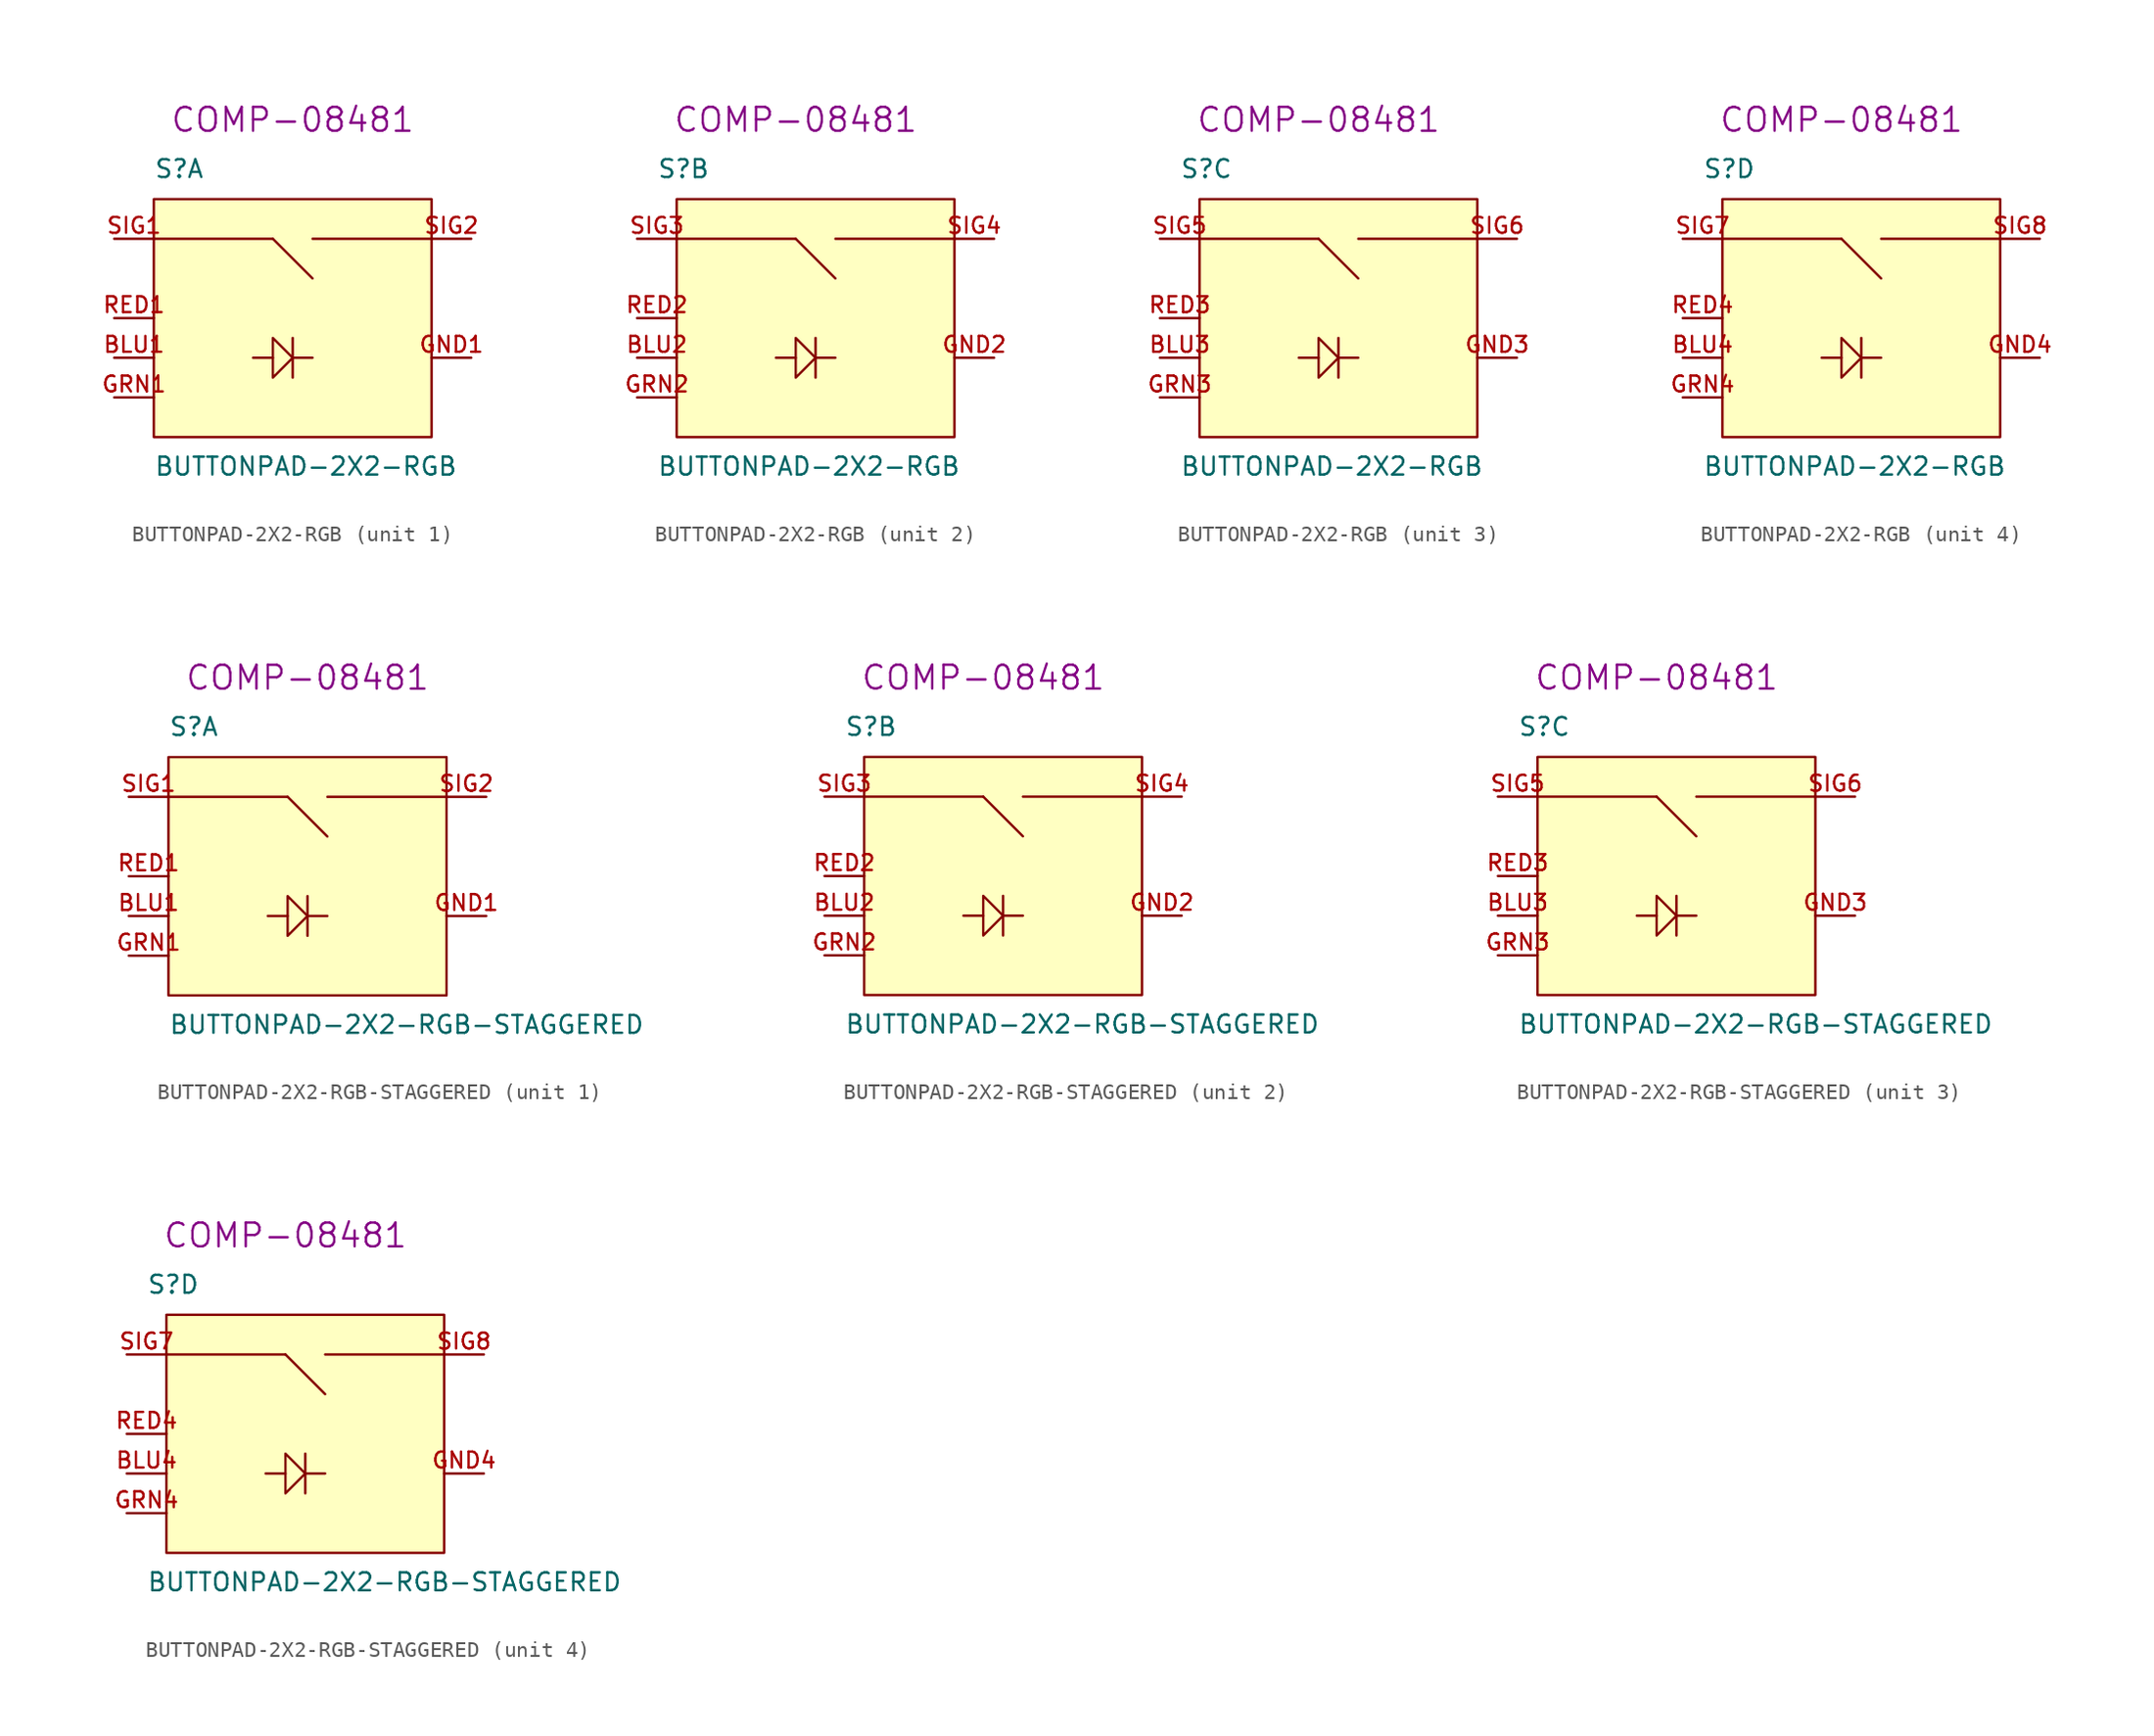
<source format=kicad_sym>
(kicad_symbol_lib
  (version 20220914)
  (generator kicad_symbol_editor)
  (symbol "BUTTONPAD-2X2-RGB"
    (pin_names
      (offset 1.016) hide)
    (property "Reference" "S"
      (at -8.89 8.89 0)
      (effects (font (size 1.143 1.143)) (justify left bottom)))
    (property "Value" "BUTTONPAD-2X2-RGB"
      (at -8.89 -10.16 0)
      (effects (font (size 1.143 1.143)) (justify left bottom)))
    (property "Field4" "COMP-08481"
      (at 0 12.7 0)
      (effects (font (size 1.524 1.524))))
    (property "ki_locked" ""
      (at 0 0 0)
      (effects (font (size 1.27 1.27))))
    (symbol "BUTTONPAD-2X2-RGB_1_0"
      (polyline (pts (xy -8.89 5.08) (xy -1.27 5.08)) (stroke (width 0) (type solid)) (fill (type none)))
      (polyline (pts (xy -1.27 -2.54) (xy -2.54 -2.54)) (stroke (width 0) (type solid)) (fill (type none)))
      (polyline (pts (xy -1.27 5.08) (xy 1.27 2.54)) (stroke (width 0) (type solid)) (fill (type none)))
      (polyline (pts (xy 0 -2.54) (xy 0 -3.81)) (stroke (width 0) (type solid)) (fill (type none)))
      (polyline (pts (xy 0 -2.54) (xy 1.27 -2.54)) (stroke (width 0) (type solid)) (fill (type none)))
      (polyline (pts (xy 0 -1.27) (xy 0 -2.54)) (stroke (width 0) (type solid)) (fill (type none)))
      (polyline (pts (xy 1.27 5.08) (xy 8.89 5.08)) (stroke (width 0) (type solid)) (fill (type none))))
    (symbol "BUTTONPAD-2X2-RGB_1_1"
      (polyline (pts (xy -1.27 -1.27) (xy -1.27 -2.54) (xy -1.27 -3.81) (xy 0 -2.54) (xy -1.27 -1.27)) (stroke (width 0) (type solid)) (fill (type background)))
      (polyline (pts (xy 8.89 7.62) (xy 8.89 5.08) (xy 8.89 -7.62) (xy -8.89 -7.62) (xy -8.89 5.08) (xy -8.89 7.62) (xy 8.89 7.62)) (stroke (width 0) (type solid)) (fill (type background)))
      (pin bidirectional line (at -11.43 -2.54 0) (length 2.54) (name "BLU" (effects (font (size 1.016 1.016)))) (number "BLU1" (effects (font (size 1.016 1.016)))))
      (pin bidirectional line (at 11.43 -2.54 180) (length 2.54) (name "GND" (effects (font (size 1.016 1.016)))) (number "GND1" (effects (font (size 1.016 1.016)))))
      (pin bidirectional line (at -11.43 -5.08 0) (length 2.54) (name "GRN" (effects (font (size 1.016 1.016)))) (number "GRN1" (effects (font (size 1.016 1.016)))))
      (pin bidirectional line (at -11.43 0 0) (length 2.54) (name "RED" (effects (font (size 1.016 1.016)))) (number "RED1" (effects (font (size 1.016 1.016)))))
      (pin bidirectional line (at -11.43 5.08 0) (length 2.54) (name "SIG1" (effects (font (size 1.016 1.016)))) (number "SIG1" (effects (font (size 1.016 1.016)))))
      (pin bidirectional line (at 11.43 5.08 180) (length 2.54) (name "SIG2" (effects (font (size 1.016 1.016)))) (number "SIG2" (effects (font (size 1.016 1.016))))))
    (symbol "BUTTONPAD-2X2-RGB_2_0"
      (polyline (pts (xy -7.62 5.08) (xy 0 5.08)) (stroke (width 0) (type solid)) (fill (type none)))
      (polyline (pts (xy 0 -2.54) (xy -1.27 -2.54)) (stroke (width 0) (type solid)) (fill (type none)))
      (polyline (pts (xy 0 5.08) (xy 2.54 2.54)) (stroke (width 0) (type solid)) (fill (type none)))
      (polyline (pts (xy 1.27 -2.54) (xy 1.27 -3.81)) (stroke (width 0) (type solid)) (fill (type none)))
      (polyline (pts (xy 1.27 -2.54) (xy 2.54 -2.54)) (stroke (width 0) (type solid)) (fill (type none)))
      (polyline (pts (xy 1.27 -1.27) (xy 1.27 -2.54)) (stroke (width 0) (type solid)) (fill (type none)))
      (polyline (pts (xy 2.54 5.08) (xy 10.16 5.08)) (stroke (width 0) (type solid)) (fill (type none))))
    (symbol "BUTTONPAD-2X2-RGB_2_1"
      (polyline (pts (xy 0 -1.27) (xy 0 -2.54) (xy 0 -3.81) (xy 1.27 -2.54) (xy 0 -1.27)) (stroke (width 0) (type solid)) (fill (type background)))
      (polyline (pts (xy 10.16 7.62) (xy 10.16 5.08) (xy 10.16 -7.62) (xy -7.62 -7.62) (xy -7.62 5.08) (xy -7.62 7.62) (xy 10.16 7.62)) (stroke (width 0) (type solid)) (fill (type background)))
      (pin bidirectional line (at -10.16 -2.54 0) (length 2.54) (name "BLU" (effects (font (size 1.016 1.016)))) (number "BLU2" (effects (font (size 1.016 1.016)))))
      (pin bidirectional line (at 12.7 -2.54 180) (length 2.54) (name "GND" (effects (font (size 1.016 1.016)))) (number "GND2" (effects (font (size 1.016 1.016)))))
      (pin bidirectional line (at -10.16 -5.08 0) (length 2.54) (name "GRN" (effects (font (size 1.016 1.016)))) (number "GRN2" (effects (font (size 1.016 1.016)))))
      (pin bidirectional line (at -10.16 0 0) (length 2.54) (name "RED" (effects (font (size 1.016 1.016)))) (number "RED2" (effects (font (size 1.016 1.016)))))
      (pin bidirectional line (at -10.16 5.08 0) (length 2.54) (name "SIG1" (effects (font (size 1.016 1.016)))) (number "SIG3" (effects (font (size 1.016 1.016)))))
      (pin bidirectional line (at 12.7 5.08 180) (length 2.54) (name "SIG2" (effects (font (size 1.016 1.016)))) (number "SIG4" (effects (font (size 1.016 1.016))))))
    (symbol "BUTTONPAD-2X2-RGB_3_0"
      (polyline (pts (xy -7.62 5.08) (xy 0 5.08)) (stroke (width 0) (type solid)) (fill (type none)))
      (polyline (pts (xy 0 -2.54) (xy -1.27 -2.54)) (stroke (width 0) (type solid)) (fill (type none)))
      (polyline (pts (xy 0 5.08) (xy 2.54 2.54)) (stroke (width 0) (type solid)) (fill (type none)))
      (polyline (pts (xy 1.27 -2.54) (xy 1.27 -3.81)) (stroke (width 0) (type solid)) (fill (type none)))
      (polyline (pts (xy 1.27 -2.54) (xy 2.54 -2.54)) (stroke (width 0) (type solid)) (fill (type none)))
      (polyline (pts (xy 1.27 -1.27) (xy 1.27 -2.54)) (stroke (width 0) (type solid)) (fill (type none)))
      (polyline (pts (xy 2.54 5.08) (xy 10.16 5.08)) (stroke (width 0) (type solid)) (fill (type none))))
    (symbol "BUTTONPAD-2X2-RGB_3_1"
      (polyline (pts (xy 0 -1.27) (xy 0 -2.54) (xy 0 -3.81) (xy 1.27 -2.54) (xy 0 -1.27)) (stroke (width 0) (type solid)) (fill (type background)))
      (polyline (pts (xy 10.16 7.62) (xy 10.16 5.08) (xy 10.16 -7.62) (xy -7.62 -7.62) (xy -7.62 5.08) (xy -7.62 7.62) (xy 10.16 7.62)) (stroke (width 0) (type solid)) (fill (type background)))
      (pin bidirectional line (at -10.16 -2.54 0) (length 2.54) (name "BLU" (effects (font (size 1.016 1.016)))) (number "BLU3" (effects (font (size 1.016 1.016)))))
      (pin bidirectional line (at 12.7 -2.54 180) (length 2.54) (name "GND" (effects (font (size 1.016 1.016)))) (number "GND3" (effects (font (size 1.016 1.016)))))
      (pin bidirectional line (at -10.16 -5.08 0) (length 2.54) (name "GRN" (effects (font (size 1.016 1.016)))) (number "GRN3" (effects (font (size 1.016 1.016)))))
      (pin bidirectional line (at -10.16 0 0) (length 2.54) (name "RED" (effects (font (size 1.016 1.016)))) (number "RED3" (effects (font (size 1.016 1.016)))))
      (pin bidirectional line (at -10.16 5.08 0) (length 2.54) (name "SIG1" (effects (font (size 1.016 1.016)))) (number "SIG5" (effects (font (size 1.016 1.016)))))
      (pin bidirectional line (at 12.7 5.08 180) (length 2.54) (name "SIG2" (effects (font (size 1.016 1.016)))) (number "SIG6" (effects (font (size 1.016 1.016))))))
    (symbol "BUTTONPAD-2X2-RGB_4_0"
      (polyline (pts (xy -7.62 5.08) (xy 0 5.08)) (stroke (width 0) (type solid)) (fill (type none)))
      (polyline (pts (xy 0 -2.54) (xy -1.27 -2.54)) (stroke (width 0) (type solid)) (fill (type none)))
      (polyline (pts (xy 0 5.08) (xy 2.54 2.54)) (stroke (width 0) (type solid)) (fill (type none)))
      (polyline (pts (xy 1.27 -2.54) (xy 1.27 -3.81)) (stroke (width 0) (type solid)) (fill (type none)))
      (polyline (pts (xy 1.27 -2.54) (xy 2.54 -2.54)) (stroke (width 0) (type solid)) (fill (type none)))
      (polyline (pts (xy 1.27 -1.27) (xy 1.27 -2.54)) (stroke (width 0) (type solid)) (fill (type none)))
      (polyline (pts (xy 2.54 5.08) (xy 10.16 5.08)) (stroke (width 0) (type solid)) (fill (type none))))
    (symbol "BUTTONPAD-2X2-RGB_4_1"
      (polyline (pts (xy 0 -1.27) (xy 0 -2.54) (xy 0 -3.81) (xy 1.27 -2.54) (xy 0 -1.27)) (stroke (width 0) (type solid)) (fill (type background)))
      (polyline (pts (xy 10.16 7.62) (xy 10.16 5.08) (xy 10.16 -7.62) (xy -7.62 -7.62) (xy -7.62 5.08) (xy -7.62 7.62) (xy 10.16 7.62)) (stroke (width 0) (type solid)) (fill (type background)))
      (pin bidirectional line (at -10.16 -2.54 0) (length 2.54) (name "BLU" (effects (font (size 1.016 1.016)))) (number "BLU4" (effects (font (size 1.016 1.016)))))
      (pin bidirectional line (at 12.7 -2.54 180) (length 2.54) (name "GND" (effects (font (size 1.016 1.016)))) (number "GND4" (effects (font (size 1.016 1.016)))))
      (pin bidirectional line (at -10.16 -5.08 0) (length 2.54) (name "GRN" (effects (font (size 1.016 1.016)))) (number "GRN4" (effects (font (size 1.016 1.016)))))
      (pin bidirectional line (at -10.16 0 0) (length 2.54) (name "RED" (effects (font (size 1.016 1.016)))) (number "RED4" (effects (font (size 1.016 1.016)))))
      (pin bidirectional line (at -10.16 5.08 0) (length 2.54) (name "SIG1" (effects (font (size 1.016 1.016)))) (number "SIG7" (effects (font (size 1.016 1.016)))))
      (pin bidirectional line (at 12.7 5.08 180) (length 2.54) (name "SIG2" (effects (font (size 1.016 1.016)))) (number "SIG8" (effects (font (size 1.016 1.016)))))))
  (symbol "BUTTONPAD-2X2-RGB-STAGGERED"
    (pin_names
      (offset 1.016) hide)
    (property "Reference" "S"
      (at -8.89 8.89 0)
      (effects (font (size 1.143 1.143)) (justify left bottom)))
    (property "Value" "BUTTONPAD-2X2-RGB-STAGGERED"
      (at -8.89 -10.16 0)
      (effects (font (size 1.143 1.143)) (justify left bottom)))
    (property "Field4" "COMP-08481"
      (at 0 12.7 0)
      (effects (font (size 1.524 1.524))))
    (property "ki_locked" ""
      (at 0 0 0)
      (effects (font (size 1.27 1.27))))
    (symbol "BUTTONPAD-2X2-RGB-STAGGERED_1_0"
      (polyline (pts (xy -8.89 5.08) (xy -1.27 5.08)) (stroke (width 0) (type solid)) (fill (type none)))
      (polyline (pts (xy -1.27 -2.54) (xy -2.54 -2.54)) (stroke (width 0) (type solid)) (fill (type none)))
      (polyline (pts (xy -1.27 5.08) (xy 1.27 2.54)) (stroke (width 0) (type solid)) (fill (type none)))
      (polyline (pts (xy 0 -2.54) (xy 0 -3.81)) (stroke (width 0) (type solid)) (fill (type none)))
      (polyline (pts (xy 0 -2.54) (xy 1.27 -2.54)) (stroke (width 0) (type solid)) (fill (type none)))
      (polyline (pts (xy 0 -1.27) (xy 0 -2.54)) (stroke (width 0) (type solid)) (fill (type none)))
      (polyline (pts (xy 1.27 5.08) (xy 8.89 5.08)) (stroke (width 0) (type solid)) (fill (type none))))
    (symbol "BUTTONPAD-2X2-RGB-STAGGERED_1_1"
      (polyline (pts (xy -1.27 -1.27) (xy -1.27 -2.54) (xy -1.27 -3.81) (xy 0 -2.54) (xy -1.27 -1.27)) (stroke (width 0) (type solid)) (fill (type background)))
      (polyline (pts (xy 8.89 7.62) (xy 8.89 5.08) (xy 8.89 -7.62) (xy -8.89 -7.62) (xy -8.89 5.08) (xy -8.89 7.62) (xy 8.89 7.62)) (stroke (width 0) (type solid)) (fill (type background)))
      (pin bidirectional line (at -11.43 -2.54 0) (length 2.54) (name "BLU" (effects (font (size 1.016 1.016)))) (number "BLU1" (effects (font (size 1.016 1.016)))))
      (pin bidirectional line (at 11.43 -2.54 180) (length 2.54) (name "GND" (effects (font (size 1.016 1.016)))) (number "GND1" (effects (font (size 1.016 1.016)))))
      (pin bidirectional line (at -11.43 -5.08 0) (length 2.54) (name "GRN" (effects (font (size 1.016 1.016)))) (number "GRN1" (effects (font (size 1.016 1.016)))))
      (pin bidirectional line (at -11.43 0 0) (length 2.54) (name "RED" (effects (font (size 1.016 1.016)))) (number "RED1" (effects (font (size 1.016 1.016)))))
      (pin bidirectional line (at -11.43 5.08 0) (length 2.54) (name "SIG1" (effects (font (size 1.016 1.016)))) (number "SIG1" (effects (font (size 1.016 1.016)))))
      (pin bidirectional line (at 11.43 5.08 180) (length 2.54) (name "SIG2" (effects (font (size 1.016 1.016)))) (number "SIG2" (effects (font (size 1.016 1.016))))))
    (symbol "BUTTONPAD-2X2-RGB-STAGGERED_2_0"
      (polyline (pts (xy -7.62 5.08) (xy 0 5.08)) (stroke (width 0) (type solid)) (fill (type none)))
      (polyline (pts (xy 0 -2.54) (xy -1.27 -2.54)) (stroke (width 0) (type solid)) (fill (type none)))
      (polyline (pts (xy 0 5.08) (xy 2.54 2.54)) (stroke (width 0) (type solid)) (fill (type none)))
      (polyline (pts (xy 1.27 -2.54) (xy 1.27 -3.81)) (stroke (width 0) (type solid)) (fill (type none)))
      (polyline (pts (xy 1.27 -2.54) (xy 2.54 -2.54)) (stroke (width 0) (type solid)) (fill (type none)))
      (polyline (pts (xy 1.27 -1.27) (xy 1.27 -2.54)) (stroke (width 0) (type solid)) (fill (type none)))
      (polyline (pts (xy 2.54 5.08) (xy 10.16 5.08)) (stroke (width 0) (type solid)) (fill (type none))))
    (symbol "BUTTONPAD-2X2-RGB-STAGGERED_2_1"
      (polyline (pts (xy 0 -1.27) (xy 0 -2.54) (xy 0 -3.81) (xy 1.27 -2.54) (xy 0 -1.27)) (stroke (width 0) (type solid)) (fill (type background)))
      (polyline (pts (xy 10.16 7.62) (xy 10.16 5.08) (xy 10.16 -7.62) (xy -7.62 -7.62) (xy -7.62 5.08) (xy -7.62 7.62) (xy 10.16 7.62)) (stroke (width 0) (type solid)) (fill (type background)))
      (pin bidirectional line (at -10.16 -2.54 0) (length 2.54) (name "BLU" (effects (font (size 1.016 1.016)))) (number "BLU2" (effects (font (size 1.016 1.016)))))
      (pin bidirectional line (at 12.7 -2.54 180) (length 2.54) (name "GND" (effects (font (size 1.016 1.016)))) (number "GND2" (effects (font (size 1.016 1.016)))))
      (pin bidirectional line (at -10.16 -5.08 0) (length 2.54) (name "GRN" (effects (font (size 1.016 1.016)))) (number "GRN2" (effects (font (size 1.016 1.016)))))
      (pin bidirectional line (at -10.16 0 0) (length 2.54) (name "RED" (effects (font (size 1.016 1.016)))) (number "RED2" (effects (font (size 1.016 1.016)))))
      (pin bidirectional line (at -10.16 5.08 0) (length 2.54) (name "SIG1" (effects (font (size 1.016 1.016)))) (number "SIG3" (effects (font (size 1.016 1.016)))))
      (pin bidirectional line (at 12.7 5.08 180) (length 2.54) (name "SIG2" (effects (font (size 1.016 1.016)))) (number "SIG4" (effects (font (size 1.016 1.016))))))
    (symbol "BUTTONPAD-2X2-RGB-STAGGERED_3_0"
      (polyline (pts (xy -7.62 5.08) (xy 0 5.08)) (stroke (width 0) (type solid)) (fill (type none)))
      (polyline (pts (xy 0 -2.54) (xy -1.27 -2.54)) (stroke (width 0) (type solid)) (fill (type none)))
      (polyline (pts (xy 0 5.08) (xy 2.54 2.54)) (stroke (width 0) (type solid)) (fill (type none)))
      (polyline (pts (xy 1.27 -2.54) (xy 1.27 -3.81)) (stroke (width 0) (type solid)) (fill (type none)))
      (polyline (pts (xy 1.27 -2.54) (xy 2.54 -2.54)) (stroke (width 0) (type solid)) (fill (type none)))
      (polyline (pts (xy 1.27 -1.27) (xy 1.27 -2.54)) (stroke (width 0) (type solid)) (fill (type none)))
      (polyline (pts (xy 2.54 5.08) (xy 10.16 5.08)) (stroke (width 0) (type solid)) (fill (type none))))
    (symbol "BUTTONPAD-2X2-RGB-STAGGERED_3_1"
      (polyline (pts (xy 0 -1.27) (xy 0 -2.54) (xy 0 -3.81) (xy 1.27 -2.54) (xy 0 -1.27)) (stroke (width 0) (type solid)) (fill (type background)))
      (polyline (pts (xy 10.16 7.62) (xy 10.16 5.08) (xy 10.16 -7.62) (xy -7.62 -7.62) (xy -7.62 5.08) (xy -7.62 7.62) (xy 10.16 7.62)) (stroke (width 0) (type solid)) (fill (type background)))
      (pin bidirectional line (at -10.16 -2.54 0) (length 2.54) (name "BLU" (effects (font (size 1.016 1.016)))) (number "BLU3" (effects (font (size 1.016 1.016)))))
      (pin bidirectional line (at 12.7 -2.54 180) (length 2.54) (name "GND" (effects (font (size 1.016 1.016)))) (number "GND3" (effects (font (size 1.016 1.016)))))
      (pin bidirectional line (at -10.16 -5.08 0) (length 2.54) (name "GRN" (effects (font (size 1.016 1.016)))) (number "GRN3" (effects (font (size 1.016 1.016)))))
      (pin bidirectional line (at -10.16 0 0) (length 2.54) (name "RED" (effects (font (size 1.016 1.016)))) (number "RED3" (effects (font (size 1.016 1.016)))))
      (pin bidirectional line (at -10.16 5.08 0) (length 2.54) (name "SIG1" (effects (font (size 1.016 1.016)))) (number "SIG5" (effects (font (size 1.016 1.016)))))
      (pin bidirectional line (at 12.7 5.08 180) (length 2.54) (name "SIG2" (effects (font (size 1.016 1.016)))) (number "SIG6" (effects (font (size 1.016 1.016))))))
    (symbol "BUTTONPAD-2X2-RGB-STAGGERED_4_0"
      (polyline (pts (xy -7.62 5.08) (xy 0 5.08)) (stroke (width 0) (type solid)) (fill (type none)))
      (polyline (pts (xy 0 -2.54) (xy -1.27 -2.54)) (stroke (width 0) (type solid)) (fill (type none)))
      (polyline (pts (xy 0 5.08) (xy 2.54 2.54)) (stroke (width 0) (type solid)) (fill (type none)))
      (polyline (pts (xy 1.27 -2.54) (xy 1.27 -3.81)) (stroke (width 0) (type solid)) (fill (type none)))
      (polyline (pts (xy 1.27 -2.54) (xy 2.54 -2.54)) (stroke (width 0) (type solid)) (fill (type none)))
      (polyline (pts (xy 1.27 -1.27) (xy 1.27 -2.54)) (stroke (width 0) (type solid)) (fill (type none)))
      (polyline (pts (xy 2.54 5.08) (xy 10.16 5.08)) (stroke (width 0) (type solid)) (fill (type none))))
    (symbol "BUTTONPAD-2X2-RGB-STAGGERED_4_1"
      (polyline (pts (xy 0 -1.27) (xy 0 -2.54) (xy 0 -3.81) (xy 1.27 -2.54) (xy 0 -1.27)) (stroke (width 0) (type solid)) (fill (type background)))
      (polyline (pts (xy 10.16 7.62) (xy 10.16 5.08) (xy 10.16 -7.62) (xy -7.62 -7.62) (xy -7.62 5.08) (xy -7.62 7.62) (xy 10.16 7.62)) (stroke (width 0) (type solid)) (fill (type background)))
      (pin bidirectional line (at -10.16 -2.54 0) (length 2.54) (name "BLU" (effects (font (size 1.016 1.016)))) (number "BLU4" (effects (font (size 1.016 1.016)))))
      (pin bidirectional line (at 12.7 -2.54 180) (length 2.54) (name "GND" (effects (font (size 1.016 1.016)))) (number "GND4" (effects (font (size 1.016 1.016)))))
      (pin bidirectional line (at -10.16 -5.08 0) (length 2.54) (name "GRN" (effects (font (size 1.016 1.016)))) (number "GRN4" (effects (font (size 1.016 1.016)))))
      (pin bidirectional line (at -10.16 0 0) (length 2.54) (name "RED" (effects (font (size 1.016 1.016)))) (number "RED4" (effects (font (size 1.016 1.016)))))
      (pin bidirectional line (at -10.16 5.08 0) (length 2.54) (name "SIG1" (effects (font (size 1.016 1.016)))) (number "SIG7" (effects (font (size 1.016 1.016)))))
      (pin bidirectional line (at 12.7 5.08 180) (length 2.54) (name "SIG2" (effects (font (size 1.016 1.016)))) (number "SIG8" (effects (font (size 1.016 1.016))))))))
</source>
